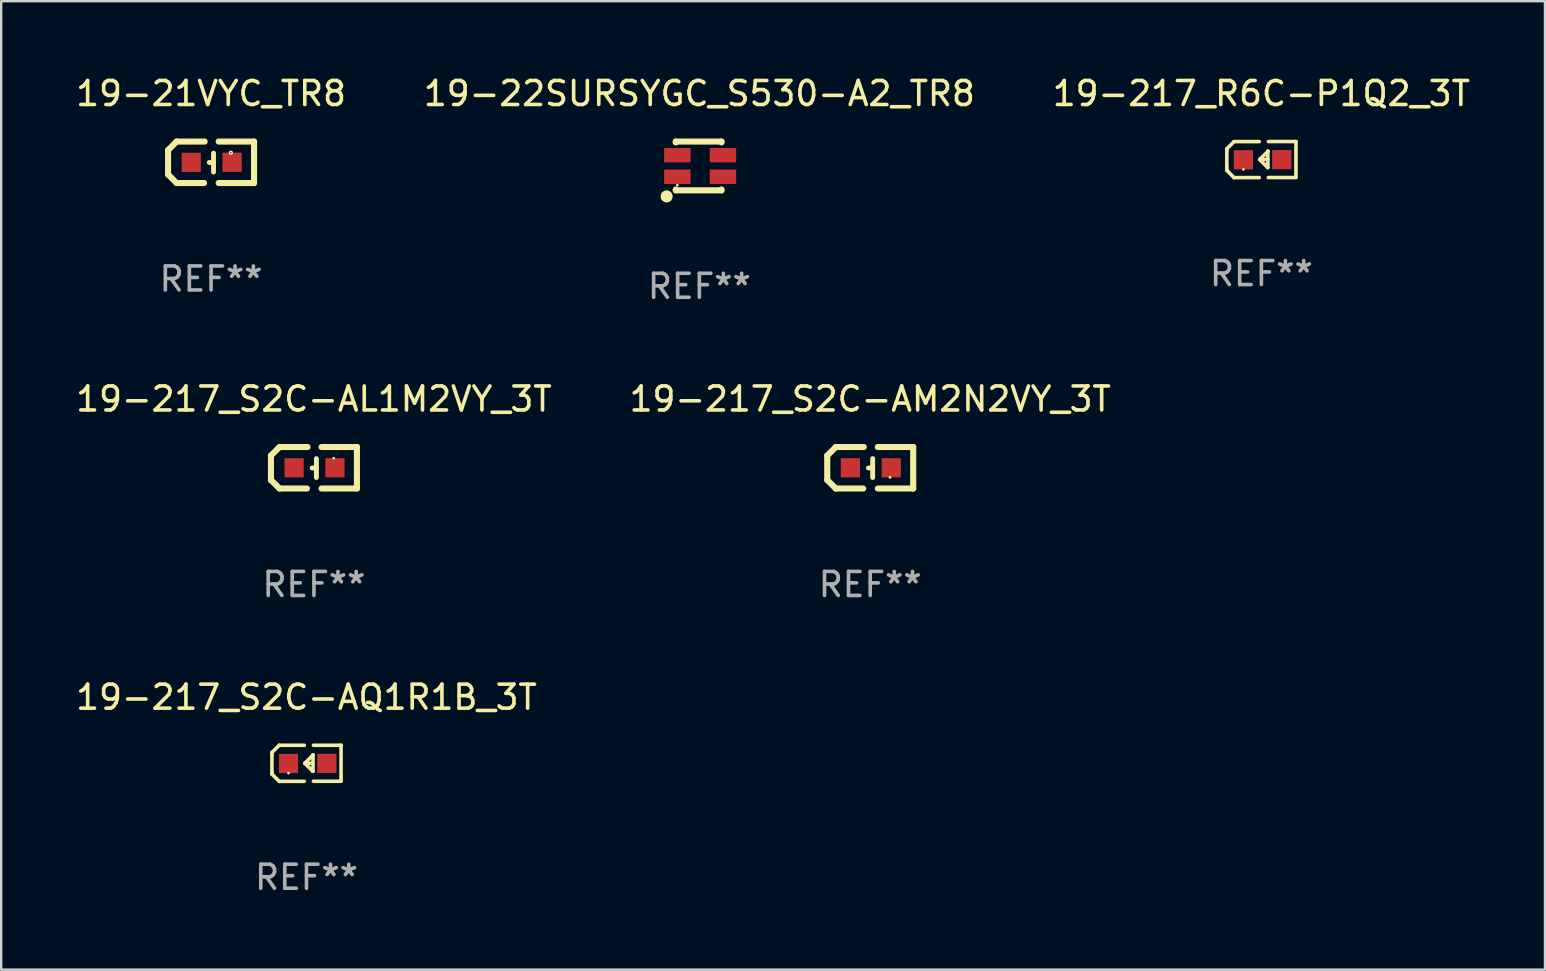
<source format=kicad_pcb>
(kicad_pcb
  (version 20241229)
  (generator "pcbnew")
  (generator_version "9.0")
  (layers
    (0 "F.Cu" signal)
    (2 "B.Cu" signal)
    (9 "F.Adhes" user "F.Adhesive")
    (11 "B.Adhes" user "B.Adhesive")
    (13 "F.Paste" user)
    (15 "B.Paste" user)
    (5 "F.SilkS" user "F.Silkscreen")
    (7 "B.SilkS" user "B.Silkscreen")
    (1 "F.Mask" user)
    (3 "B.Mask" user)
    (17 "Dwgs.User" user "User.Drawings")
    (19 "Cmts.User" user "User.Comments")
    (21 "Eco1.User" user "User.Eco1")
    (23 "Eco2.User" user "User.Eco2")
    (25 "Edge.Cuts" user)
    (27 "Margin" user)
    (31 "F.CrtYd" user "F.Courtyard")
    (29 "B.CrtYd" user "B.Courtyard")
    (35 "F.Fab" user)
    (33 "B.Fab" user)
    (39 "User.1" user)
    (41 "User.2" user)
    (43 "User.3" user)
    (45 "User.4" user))
  (footprint "19-217_S2C-AQ1R1B_3T"
    (layer "F.Cu")
    (at 9.72 28.752)
    (property "Reference" "19-217_S2C-AQ1R1B_3T" (at 0 -2.751 0) (layer "F.SilkS") (effects (font (size 1 1) (thickness 0.15))))
    (attr through_hole)
    (fp_line (start -1.44 -0.449) (end -1.14 -0.749) (stroke (width 0.15) (type solid)) (layer "F.SilkS"))
    (fp_line (start -1.44 -0.349) (end -1.44 -0.449) (stroke (width 0.15) (type solid)) (layer "F.SilkS"))
    (fp_line (start -1.44 -0.349) (end -1.44 0.351) (stroke (width 0.15) (type solid)) (layer "F.SilkS"))
    (fp_line (start -1.44 0.351) (end -1.44 0.451) (stroke (width 0.15) (type solid)) (layer "F.SilkS"))
    (fp_line (start -1.44 0.451) (end -1.14 0.751) (stroke (width 0.15) (type solid)) (layer "F.SilkS"))
    (fp_line (start -0.09 -0.749) (end -1.14 -0.749) (stroke (width 0.15) (type solid)) (layer "F.SilkS"))
    (fp_line (start -0.09 0.751) (end -1.14 0.751) (stroke (width 0.15) (type solid)) (layer "F.SilkS"))
    (fp_line (start 0.26 0.329) (end -0.07 -0.001) (stroke (width 0.15) (type solid)) (layer "F.SilkS"))
    (fp_line (start 0.27 -0.351) (end 0.27 -0.341) (stroke (width 0.15) (type solid)) (layer "F.SilkS"))
    (fp_line (start 0.27 -0.351) (end 0.27 0.329) (stroke (width 0.15) (type solid)) (layer "F.SilkS"))
    (fp_line (start 0.27 -0.341) (end -0.07 -0.001) (stroke (width 0.15) (type solid)) (layer "F.SilkS"))
    (fp_line (start 0.27 -0.001) (end -0.07 -0.001) (stroke (width 0.15) (type solid)) (layer "F.SilkS"))
    (fp_line (start 0.27 0.329) (end 0.26 0.329) (stroke (width 0.15) (type solid)) (layer "F.SilkS"))
    (fp_line (start 0.29 -0.751) (end 1.44 -0.751) (stroke (width 0.15) (type solid)) (layer "F.SilkS"))
    (fp_line (start 0.29 0.749) (end 1.44 0.749) (stroke (width 0.15) (type solid)) (layer "F.SilkS"))
    (fp_line (start 1.44 -0.751) (end 1.44 0.729) (stroke (width 0.15) (type solid)) (layer "F.SilkS"))
    (fp_circle (center -0.75 0.409) (end -0.72 0.409) (stroke (width 0.06) (type solid)) (fill no) (layer "F.SilkS"))
    (fp_text user "REF**" (at 0 4.751 0) (layer "F.Fab") (effects (font (size 1 1) (thickness 0.15))))
    (pad "1" smd rect (at -0.75 0.009 90) (size 0.8 0.8) (layers "F.Cu" "F.Mask" "F.Paste"))
    (pad "2" smd rect (at 0.849 0.002 90) (size 0.8 0.8) (layers "F.Cu" "F.Mask" "F.Paste")))
  (footprint "19-22SURSYGC_S530-A2_TR8"
    (layer "F.Cu")
    (at 26.089 3.864)
    (property "Reference" "19-22SURSYGC_S530-A2_TR8" (at 0 -3.016 0) (layer "F.SilkS") (effects (font (size 1 1) (thickness 0.15))))
    (attr through_hole)
    (fp_line (start -0.983 -1.016) (end -0.983 -0.981) (stroke (width 0.254) (type solid)) (layer "F.SilkS"))
    (fp_line (start -0.983 -1.016) (end 0.922 -1.016) (stroke (width 0.254) (type solid)) (layer "F.SilkS"))
    (fp_line (start -0.983 0.981) (end -0.983 1.016) (stroke (width 0.254) (type solid)) (layer "F.SilkS"))
    (fp_line (start 0.922 -1.016) (end 0.922 -0.981) (stroke (width 0.254) (type solid)) (layer "F.SilkS"))
    (fp_line (start 0.922 0.981) (end 0.922 1.016) (stroke (width 0.254) (type solid)) (layer "F.SilkS"))
    (fp_line (start 0.922 1.016) (end -0.983 1.016) (stroke (width 0.254) (type solid)) (layer "F.SilkS"))
    (fp_circle (center -1.364 1.27) (end -1.237 1.27) (stroke (width 0.254) (type solid)) (fill no) (layer "F.SilkS"))
    (fp_circle (center -0.917 0.8) (end -0.887 0.8) (stroke (width 0.06) (type solid)) (fill no) (layer "F.SilkS"))
    (fp_text user "REF**" (at 0 5.016 0) (layer "F.Fab") (effects (font (size 1 1) (thickness 0.15))))
    (pad "1" smd rect (at -0.917 0.45) (size 1.1 0.6) (layers "F.Cu" "F.Mask" "F.Paste"))
    (pad "2" smd rect (at -0.917 -0.45) (size 1.1 0.6) (layers "F.Cu" "F.Mask" "F.Paste"))
    (pad "3" smd rect (at 0.983 -0.45) (size 1.1 0.6) (layers "F.Cu" "F.Mask" "F.Paste"))
    (pad "4" smd rect (at 0.983 0.45) (size 1.1 0.6) (layers "F.Cu" "F.Mask" "F.Paste")))
  (footprint "19-217_S2C-AM2N2VY_3T"
    (layer "F.Cu")
    (at 33.208 16.44)
    (property "Reference" "19-217_S2C-AM2N2VY_3T" (at 0 -2.864 0) (layer "F.SilkS") (effects (font (size 1 1) (thickness 0.15))))
    (attr through_hole)
    (fp_line (start -1.791 -0.508) (end -1.435 -0.864) (stroke (width 0.254) (type solid)) (layer "F.SilkS"))
    (fp_line (start -1.791 0.508) (end -1.791 -0.508) (stroke (width 0.254) (type solid)) (layer "F.SilkS"))
    (fp_line (start -1.435 0.864) (end -1.791 0.508) (stroke (width 0.254) (type solid)) (layer "F.SilkS"))
    (fp_line (start -0.292 0.864) (end -1.435 0.864) (stroke (width 0.254) (type solid)) (layer "F.SilkS"))
    (fp_line (start -0.267 -0.864) (end -1.435 -0.864) (stroke (width 0.254) (type solid)) (layer "F.SilkS"))
    (fp_line (start 0.102 0.008) (end -0.074 0.008) (stroke (width 0.203) (type solid)) (layer "F.SilkS"))
    (fp_line (start 0.102 0.406) (end 0.102 -0.381) (stroke (width 0.203) (type solid)) (layer "F.SilkS"))
    (fp_line (start 1.791 -0.864) (end 0.318 -0.864) (stroke (width 0.254) (type solid)) (layer "F.SilkS"))
    (fp_line (start 1.791 0.864) (end 0.318 0.864) (stroke (width 0.254) (type solid)) (layer "F.SilkS"))
    (fp_line (start 1.791 0.864) (end 1.791 -0.864) (stroke (width 0.254) (type solid)) (layer "F.SilkS"))
    (fp_circle (center 0.825 0.4) (end 0.855 0.4) (stroke (width 0.06) (type solid)) (fill no) (layer "F.SilkS"))
    (fp_text user "REF**" (at 0 4.864 0) (layer "F.Fab") (effects (font (size 1 1) (thickness 0.15))))
    (pad "1" smd rect (at 0.876 0 90) (size 0.8 0.8) (layers "F.Cu" "F.Mask" "F.Paste"))
    (pad "2" smd rect (at -0.826 0 90) (size 0.8 0.8) (layers "F.Cu" "F.Mask" "F.Paste")))
  (footprint "19-217_R6C-P1Q2_3T"
    (layer "F.Cu")
    (at 49.506 3.599)
    (property "Reference" "19-217_R6C-P1Q2_3T" (at 0 -2.751 0) (layer "F.SilkS") (effects (font (size 1 1) (thickness 0.15))))
    (attr through_hole)
    (fp_line (start -1.44 -0.449) (end -1.14 -0.749) (stroke (width 0.15) (type solid)) (layer "F.SilkS"))
    (fp_line (start -1.44 -0.349) (end -1.44 -0.449) (stroke (width 0.15) (type solid)) (layer "F.SilkS"))
    (fp_line (start -1.44 -0.349) (end -1.44 0.351) (stroke (width 0.15) (type solid)) (layer "F.SilkS"))
    (fp_line (start -1.44 0.351) (end -1.44 0.451) (stroke (width 0.15) (type solid)) (layer "F.SilkS"))
    (fp_line (start -1.44 0.451) (end -1.14 0.751) (stroke (width 0.15) (type solid)) (layer "F.SilkS"))
    (fp_line (start -0.09 -0.749) (end -1.14 -0.749) (stroke (width 0.15) (type solid)) (layer "F.SilkS"))
    (fp_line (start -0.09 0.751) (end -1.14 0.751) (stroke (width 0.15) (type solid)) (layer "F.SilkS"))
    (fp_line (start 0.26 0.329) (end -0.07 -0.001) (stroke (width 0.15) (type solid)) (layer "F.SilkS"))
    (fp_line (start 0.27 -0.351) (end 0.27 -0.341) (stroke (width 0.15) (type solid)) (layer "F.SilkS"))
    (fp_line (start 0.27 -0.351) (end 0.27 0.329) (stroke (width 0.15) (type solid)) (layer "F.SilkS"))
    (fp_line (start 0.27 -0.341) (end -0.07 -0.001) (stroke (width 0.15) (type solid)) (layer "F.SilkS"))
    (fp_line (start 0.27 -0.001) (end -0.07 -0.001) (stroke (width 0.15) (type solid)) (layer "F.SilkS"))
    (fp_line (start 0.27 0.329) (end 0.26 0.329) (stroke (width 0.15) (type solid)) (layer "F.SilkS"))
    (fp_line (start 0.29 -0.751) (end 1.44 -0.751) (stroke (width 0.15) (type solid)) (layer "F.SilkS"))
    (fp_line (start 0.29 0.749) (end 1.44 0.749) (stroke (width 0.15) (type solid)) (layer "F.SilkS"))
    (fp_line (start 1.44 -0.751) (end 1.44 0.729) (stroke (width 0.15) (type solid)) (layer "F.SilkS"))
    (fp_circle (center -0.75 0.409) (end -0.72 0.409) (stroke (width 0.06) (type solid)) (fill no) (layer "F.SilkS"))
    (fp_text user "REF**" (at 0 4.751 0) (layer "F.Fab") (effects (font (size 1 1) (thickness 0.15))))
    (pad "1" smd rect (at -0.75 0.009 90) (size 0.8 0.8) (layers "F.Cu" "F.Mask" "F.Paste"))
    (pad "2" smd rect (at 0.849 0.002 90) (size 0.8 0.8) (layers "F.Cu" "F.Mask" "F.Paste")))
  (footprint "19-217_S2C-AL1M2VY_3T"
    (layer "F.Cu")
    (at 10.03 16.44)
    (property "Reference" "19-217_S2C-AL1M2VY_3T" (at 0 -2.864 0) (layer "F.SilkS") (effects (font (size 1 1) (thickness 0.15))))
    (attr through_hole)
    (fp_line (start -1.791 -0.508) (end -1.435 -0.864) (stroke (width 0.254) (type solid)) (layer "F.SilkS"))
    (fp_line (start -1.791 0.508) (end -1.791 -0.508) (stroke (width 0.254) (type solid)) (layer "F.SilkS"))
    (fp_line (start -1.435 0.864) (end -1.791 0.508) (stroke (width 0.254) (type solid)) (layer "F.SilkS"))
    (fp_line (start -0.292 0.864) (end -1.435 0.864) (stroke (width 0.254) (type solid)) (layer "F.SilkS"))
    (fp_line (start -0.267 -0.864) (end -1.435 -0.864) (stroke (width 0.254) (type solid)) (layer "F.SilkS"))
    (fp_line (start 0.102 0.008) (end -0.074 0.008) (stroke (width 0.203) (type solid)) (layer "F.SilkS"))
    (fp_line (start 0.102 0.406) (end 0.102 -0.381) (stroke (width 0.203) (type solid)) (layer "F.SilkS"))
    (fp_line (start 1.791 -0.864) (end 0.318 -0.864) (stroke (width 0.254) (type solid)) (layer "F.SilkS"))
    (fp_line (start 1.791 0.864) (end 0.318 0.864) (stroke (width 0.254) (type solid)) (layer "F.SilkS"))
    (fp_line (start 1.791 0.864) (end 1.791 -0.864) (stroke (width 0.254) (type solid)) (layer "F.SilkS"))
    (fp_circle (center 0.825 -0.4) (end 0.855 -0.4) (stroke (width 0.06) (type solid)) (fill no) (layer "F.SilkS"))
    (fp_text user "REF**" (at 0 4.864 0) (layer "F.Fab") (effects (font (size 1 1) (thickness 0.15))))
    (pad "1" smd rect (at 0.876 0 90) (size 0.8 0.8) (layers "F.Cu" "F.Mask" "F.Paste"))
    (pad "2" smd rect (at -0.826 0 90) (size 0.8 0.8) (layers "F.Cu" "F.Mask" "F.Paste")))
  (footprint "19-21VYC_TR8"
    (layer "F.Cu")
    (at 5.744 3.712)
    (property "Reference" "19-21VYC_TR8" (at 0 -2.864 0) (layer "F.SilkS") (effects (font (size 1 1) (thickness 0.15))))
    (attr through_hole)
    (fp_line (start -1.791 -0.508) (end -1.435 -0.864) (stroke (width 0.254) (type solid)) (layer "F.SilkS"))
    (fp_line (start -1.791 0.508) (end -1.791 -0.508) (stroke (width 0.254) (type solid)) (layer "F.SilkS"))
    (fp_line (start -1.435 0.864) (end -1.791 0.508) (stroke (width 0.254) (type solid)) (layer "F.SilkS"))
    (fp_line (start -0.292 0.864) (end -1.435 0.864) (stroke (width 0.254) (type solid)) (layer "F.SilkS"))
    (fp_line (start -0.267 -0.864) (end -1.435 -0.864) (stroke (width 0.254) (type solid)) (layer "F.SilkS"))
    (fp_line (start 0.102 0.008) (end -0.074 0.008) (stroke (width 0.203) (type solid)) (layer "F.SilkS"))
    (fp_line (start 0.102 0.406) (end 0.102 -0.381) (stroke (width 0.203) (type solid)) (layer "F.SilkS"))
    (fp_line (start 1.791 -0.864) (end 0.318 -0.864) (stroke (width 0.254) (type solid)) (layer "F.SilkS"))
    (fp_line (start 1.791 0.864) (end 0.318 0.864) (stroke (width 0.254) (type solid)) (layer "F.SilkS"))
    (fp_line (start 1.791 0.864) (end 1.791 -0.864) (stroke (width 0.254) (type solid)) (layer "F.SilkS"))
    (fp_circle (center 0.826 -0.4) (end 0.855 -0.4) (stroke (width 0.06) (type solid)) (fill no) (layer "F.SilkS"))
    (fp_text user "REF**" (at 0 4.864 0) (layer "F.Fab") (effects (font (size 1 1) (thickness 0.15))))
    (pad "1" smd rect (at 0.876 0.000127 90) (size 0.8 0.8) (layers "F.Cu" "F.Mask" "F.Paste"))
    (pad "2" smd rect (at -0.826 0.000127 90) (size 0.8 0.8) (layers "F.Cu" "F.Mask" "F.Paste")))
  (gr_rect
    (start -3 -3)
    (end 61.321 37.351)
    (stroke (width 0.1) (type default))
    (fill no)
    (layer "Edge.Cuts")))
</source>
